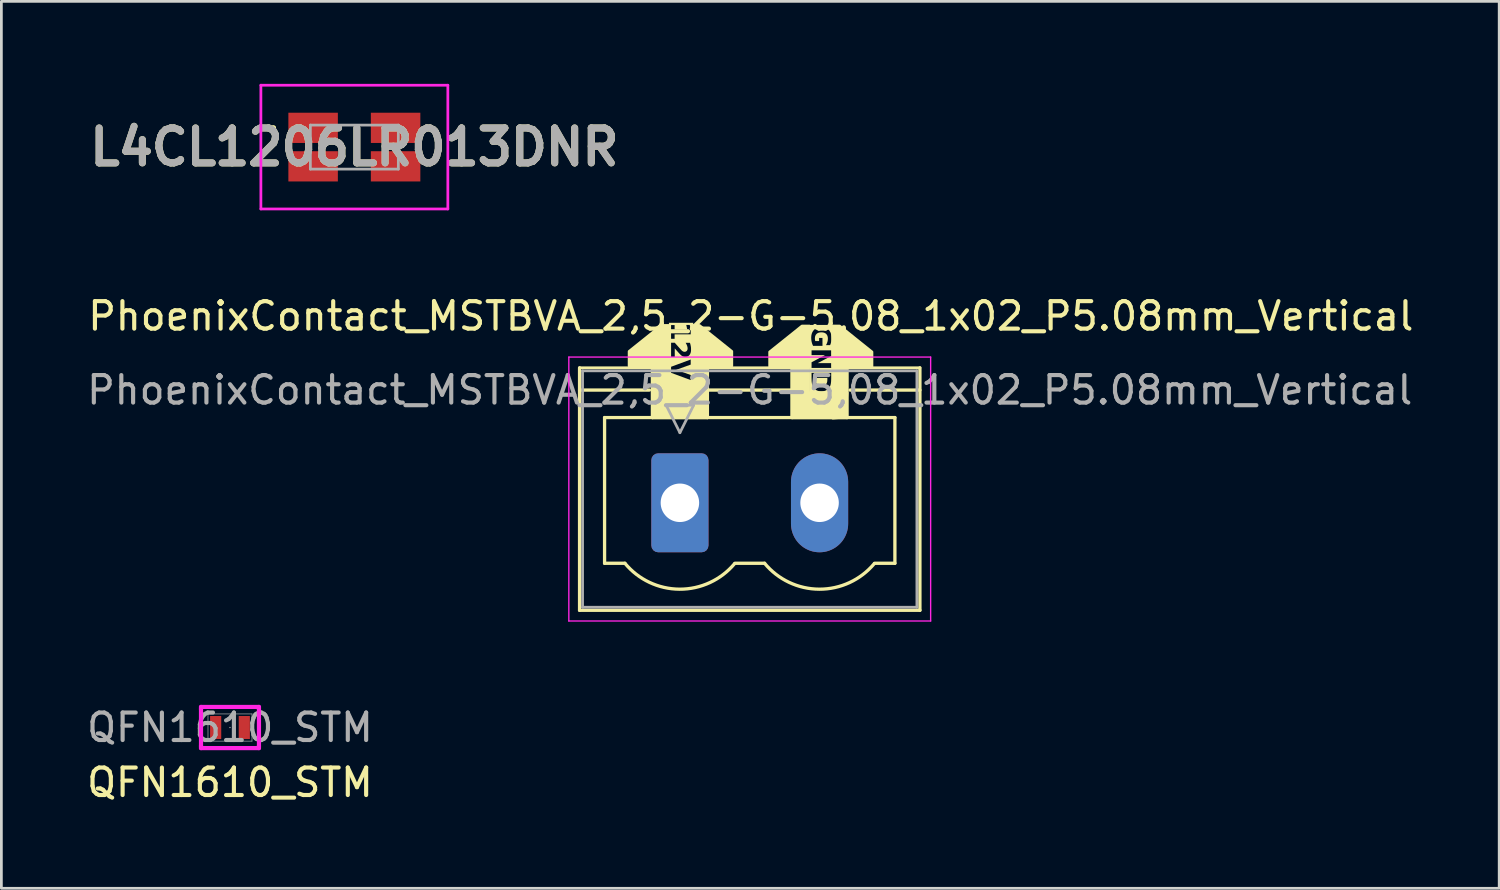
<source format=kicad_pcb>
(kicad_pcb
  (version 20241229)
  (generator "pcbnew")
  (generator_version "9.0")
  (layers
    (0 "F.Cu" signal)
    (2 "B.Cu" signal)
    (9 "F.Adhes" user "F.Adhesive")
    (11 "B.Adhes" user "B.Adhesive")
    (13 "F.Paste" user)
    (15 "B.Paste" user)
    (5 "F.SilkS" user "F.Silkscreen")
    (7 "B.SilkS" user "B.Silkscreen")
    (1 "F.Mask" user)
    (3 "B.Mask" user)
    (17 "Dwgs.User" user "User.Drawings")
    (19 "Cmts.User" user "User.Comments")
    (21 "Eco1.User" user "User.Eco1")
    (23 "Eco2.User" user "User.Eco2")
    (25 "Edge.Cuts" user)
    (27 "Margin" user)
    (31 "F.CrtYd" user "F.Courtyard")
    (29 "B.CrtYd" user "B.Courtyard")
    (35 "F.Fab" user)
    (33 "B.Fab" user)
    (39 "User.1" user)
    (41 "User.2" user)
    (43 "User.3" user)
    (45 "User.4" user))
  (footprint "L4CL1206LR013DNR"
    (layer "F.Cu")
    (at 9.839 2.3)
    (property "Reference" "L4CL1206LR013DNR" (at 0 0 0) (layer "F.SilkS") (effects (font (size 1.27 1.27) (thickness 0.254))))
    (attr smd)
    (fp_line (start -3 -0.7) (end -3 -0.7) (stroke (width 0.1) (type solid)) (layer "F.SilkS"))
    (fp_line (start -2.9 -0.7) (end -2.9 -0.7) (stroke (width 0.1) (type solid)) (layer "F.SilkS"))
    (fp_arc (start -3 -0.7) (mid -2.95 -0.75) (end -2.9 -0.7) (stroke (width 0.1) (type solid)) (layer "F.SilkS"))
    (fp_arc (start -2.9 -0.7) (mid -2.95 -0.65) (end -3 -0.7) (stroke (width 0.1) (type solid)) (layer "F.SilkS"))
    (fp_line (start -3.4 -2.25) (end -3.4 2.25) (stroke (width 0.1) (type solid)) (layer "F.CrtYd"))
    (fp_line (start -3.4 2.25) (end 3.4 2.25) (stroke (width 0.1) (type solid)) (layer "F.CrtYd"))
    (fp_line (start 3.4 -2.25) (end -3.4 -2.25) (stroke (width 0.1) (type solid)) (layer "F.CrtYd"))
    (fp_line (start 3.4 2.25) (end 3.4 -2.25) (stroke (width 0.1) (type solid)) (layer "F.CrtYd"))
    (fp_line (start -1.6 -0.8) (end -1.6 0.8) (stroke (width 0.1) (type solid)) (layer "F.Fab"))
    (fp_line (start -1.6 0.8) (end 1.6 0.8) (stroke (width 0.1) (type solid)) (layer "F.Fab"))
    (fp_line (start 1.6 -0.8) (end -1.6 -0.8) (stroke (width 0.1) (type solid)) (layer "F.Fab"))
    (fp_line (start 1.6 0.8) (end 1.6 -0.8) (stroke (width 0.1) (type solid)) (layer "F.Fab"))
    (fp_text user "${REFERENCE}" (at 0 0 0) (layer "F.Fab") (effects (font (size 1.27 1.27) (thickness 0.254))))
    (pad "1" smd rect (at -1.5 -0.7 90) (size 1.1 1.8) (layers "F.Cu" "F.Mask" "F.Paste"))
    (pad "2" smd rect (at -1.5 0.7 90) (size 1.1 1.8) (layers "F.Cu" "F.Mask" "F.Paste"))
    (pad "3" smd rect (at 1.5 0.7 90) (size 1.1 1.8) (layers "F.Cu" "F.Mask" "F.Paste"))
    (pad "4" smd rect (at 1.5 -0.7 90) (size 1.1 1.8) (layers "F.Cu" "F.Mask" "F.Paste")))
  (footprint "PhoenixContact_MSTBVA_2,5_2-G-5,08_1x02_P5.08mm_Vertical"
    (layer "F.Cu")
    (at 21.68 15.238)
    (property "Reference" "PhoenixContact_MSTBVA_2,5_2-G-5,08_1x02_P5.08mm_Vertical" (at 2.58 -6.79 0) (layer "F.SilkS") (effects (font (size 1 1) (thickness 0.15))))
    (attr through_hole)
    (fp_line (start -3.65 -4.91) (end -3.65 3.91) (stroke (width 0.12) (type solid)) (layer "F.SilkS"))
    (fp_line (start -3.65 -4.91) (end -1 -4.91) (stroke (width 0.1) (type default)) (layer "F.SilkS"))
    (fp_line (start -3.65 -4.1) (end -1.11 -4.1) (stroke (width 0.12) (type solid)) (layer "F.SilkS"))
    (fp_line (start -3.65 3.91) (end 8.73 3.91) (stroke (width 0.12) (type solid)) (layer "F.SilkS"))
    (fp_line (start -2.74 -3.1) (end 7.82 -3.1) (stroke (width 0.12) (type solid)) (layer "F.SilkS"))
    (fp_line (start -2.74 2.2) (end -2.74 -3.1) (stroke (width 0.12) (type solid)) (layer "F.SilkS"))
    (fp_line (start -2 2.2) (end -2.74 2.2) (stroke (width 0.12) (type solid)) (layer "F.SilkS"))
    (fp_line (start -1 -3.1) (end -1 -4.91) (stroke (width 0.12) (type solid)) (layer "F.SilkS"))
    (fp_line (start 1 -4.91) (end 1 -3.1) (stroke (width 0.12) (type solid)) (layer "F.SilkS"))
    (fp_line (start 1 -4.91) (end 4.08 -4.91) (stroke (width 0.1) (type default)) (layer "F.SilkS"))
    (fp_line (start 1 -4.1) (end 4.08 -4.1) (stroke (width 0.12) (type solid)) (layer "F.SilkS"))
    (fp_line (start 1 -3.1) (end -1 -3.1) (stroke (width 0.12) (type solid)) (layer "F.SilkS"))
    (fp_line (start 2 2.2) (end 3.08 2.2) (stroke (width 0.12) (type solid)) (layer "F.SilkS"))
    (fp_line (start 4.08 -3.1) (end 4.08 -4.91) (stroke (width 0.12) (type solid)) (layer "F.SilkS"))
    (fp_line (start 6.08 -4.91) (end 6.08 -3.1) (stroke (width 0.12) (type solid)) (layer "F.SilkS"))
    (fp_line (start 6.08 -3.1) (end 4.08 -3.1) (stroke (width 0.12) (type solid)) (layer "F.SilkS"))
    (fp_line (start 7.82 -3.1) (end 7.82 2.2) (stroke (width 0.12) (type solid)) (layer "F.SilkS"))
    (fp_line (start 7.82 2.2) (end 7.08 2.2) (stroke (width 0.12) (type solid)) (layer "F.SilkS"))
    (fp_line (start 8.73 -4.91) (end 6.08 -4.91) (stroke (width 0.1) (type default)) (layer "F.SilkS"))
    (fp_line (start 8.73 -4.1) (end 6.19 -4.1) (stroke (width 0.12) (type solid)) (layer "F.SilkS"))
    (fp_line (start 8.73 3.91) (end 8.73 -4.91) (stroke (width 0.12) (type solid)) (layer "F.SilkS"))
    (fp_arc (start 1.986842 2.215821) (mid -0.010289 3.142758) (end -2 2.2) (stroke (width 0.12) (type solid)) (layer "F.SilkS"))
    (fp_arc (start 7.066842 2.215821) (mid 5.069711 3.142758) (end 3.08 2.2) (stroke (width 0.12) (type solid)) (layer "F.SilkS"))
    (fp_poly (pts (xy -1.003 -4.389) (xy 0.997 -4.389) (xy 1 -3.15) (xy -0.99 -3.11)) (stroke (width 0.1) (type solid)) (fill yes) (layer "F.SilkS"))
    (fp_poly (pts (xy -0.42 -4.9) (xy -0.4 -3.12) (xy -0.99 -3.11) (xy -0.99 -4.92)) (stroke (width 0.1) (type solid)) (fill yes) (layer "F.SilkS"))
    (fp_poly (pts (xy 0.97 -4.97) (xy 1 -3.15) (xy 0.48 -3.15) (xy 0.48 -4.97)) (stroke (width 0.1) (type solid)) (fill yes) (layer "F.SilkS"))
    (fp_poly (pts (xy 4.08 -4.005) (xy 6.08 -4.005) (xy 6.003 -3.168) (xy 4.123 -3.198)) (stroke (width 0.1) (type solid)) (fill yes) (layer "F.SilkS"))
    (fp_poly (pts (xy 4.67 -5) (xy 4.67 -3.11) (xy 4.08 -3.1) (xy 4.08 -4.91)) (stroke (width 0.1) (type solid)) (fill yes) (layer "F.SilkS"))
    (fp_poly (pts (xy 6 -4.94) (xy 6.03 -3.12) (xy 5.56 -3.08) (xy 5.59 -4.96)) (stroke (width 0.1) (type solid)) (fill yes) (layer "F.SilkS"))
    (fp_poly (pts (xy -0.43 -4.97) (xy -0.43 -5.51) (xy -0.41 -6.45) (xy -0.67 -6.45) (xy -1.847 -5.507) (xy -1.847 -4.977)) (stroke (width 0.1) (type solid)) (fill yes) (layer "F.SilkS"))
    (fp_poly (pts (xy 0.47 -4.97) (xy 0.47 -5.51) (xy 0.45 -6.45) (xy 0.71 -6.45) (xy 1.887 -5.507) (xy 1.887 -4.977)) (stroke (width 0.1) (type solid)) (fill yes) (layer "F.SilkS"))
    (fp_poly (pts (xy 4.682 -4.95) (xy 4.682 -5.49) (xy 4.702 -6.43) (xy 4.442 -6.43) (xy 3.265 -5.487) (xy 3.265 -4.957)) (stroke (width 0.1) (type solid)) (fill yes) (layer "F.SilkS"))
    (fp_poly (pts (xy 5.568 -4.95) (xy 5.568 -5.49) (xy 5.548 -6.43) (xy 5.808 -6.43) (xy 6.985 -5.487) (xy 6.985 -4.957)) (stroke (width 0.1) (type solid)) (fill yes) (layer "F.SilkS"))
    (fp_line (start -4.04 -5.3) (end -4.04 4.3) (stroke (width 0.05) (type solid)) (layer "F.CrtYd"))
    (fp_line (start -4.04 4.3) (end 9.12 4.3) (stroke (width 0.05) (type solid)) (layer "F.CrtYd"))
    (fp_line (start 9.12 -5.3) (end -4.04 -5.3) (stroke (width 0.05) (type solid)) (layer "F.CrtYd"))
    (fp_line (start 9.12 4.3) (end 9.12 -5.3) (stroke (width 0.05) (type solid)) (layer "F.CrtYd"))
    (fp_line (start -3.54 -4.8) (end -3.54 3.8) (stroke (width 0.1) (type solid)) (layer "F.Fab"))
    (fp_line (start -3.54 3.8) (end 8.62 3.8) (stroke (width 0.1) (type solid)) (layer "F.Fab"))
    (fp_line (start -0.5 -3.55) (end 0.5 -3.55) (stroke (width 0.1) (type solid)) (layer "F.Fab"))
    (fp_line (start 0 -2.55) (end -0.5 -3.55) (stroke (width 0.1) (type solid)) (layer "F.Fab"))
    (fp_line (start 0.5 -3.55) (end 0 -2.55) (stroke (width 0.1) (type solid)) (layer "F.Fab"))
    (fp_line (start 8.62 -4.8) (end -3.54 -4.8) (stroke (width 0.1) (type solid)) (layer "F.Fab"))
    (fp_line (start 8.62 3.8) (end 8.62 -4.8) (stroke (width 0.1) (type solid)) (layer "F.Fab"))
    (fp_text user "12V" (at -0.44 -6.58 270) (unlocked yes) (layer "F.SilkS" knockout) (effects (font (face "Eras Bold ITC") (size 0.7 0.7) (thickness 0.1)) (justify left bottom)))
    (fp_text user "GND" (at 4.67 -6.44 270) (unlocked yes) (layer "F.SilkS" knockout) (effects (font (face "Eras Bold ITC") (size 0.7 0.7) (thickness 0.1)) (justify left bottom)))
    (fp_text user "${REFERENCE}" (at 2.54 -4.1 0) (layer "F.Fab") (effects (font (size 1 1) (thickness 0.15))))
    (pad "1" thru_hole roundrect (at 0 0) (size 2.08 3.6) (drill 1.4) (layers "*.Cu" "*.Mask") (roundrect_rratio 0.12))
    (pad "2" thru_hole oval (at 5.08 0) (size 2.08 3.6) (drill 1.4) (layers "*.Cu" "*.Mask")))
  (footprint "QFN1610_STM"
    (layer "F.Cu")
    (at 5.315 23.412)
    (property "Reference" "QFN1610_STM" (at 0 2 0) (unlocked yes) (layer "F.SilkS") (effects (font (size 1 1) (thickness 0.15))))
    (attr smd)
    (fp_line (start -1.054 -0.749) (end 1.054 -0.749) (stroke (width 0.152) (type solid)) (layer "F.CrtYd"))
    (fp_line (start -1.054 -0.673) (end -1.054 -0.749) (stroke (width 0.152) (type solid)) (layer "F.CrtYd"))
    (fp_line (start -1.054 -0.673) (end -1.054 -0.673) (stroke (width 0.152) (type solid)) (layer "F.CrtYd"))
    (fp_line (start -1.054 0.673) (end -1.054 -0.673) (stroke (width 0.152) (type solid)) (layer "F.CrtYd"))
    (fp_line (start -1.054 0.673) (end -1.054 0.673) (stroke (width 0.152) (type solid)) (layer "F.CrtYd"))
    (fp_line (start -1.054 0.749) (end -1.054 0.673) (stroke (width 0.152) (type solid)) (layer "F.CrtYd"))
    (fp_line (start 1.054 -0.749) (end 1.054 -0.673) (stroke (width 0.152) (type solid)) (layer "F.CrtYd"))
    (fp_line (start 1.054 -0.673) (end 1.054 -0.673) (stroke (width 0.152) (type solid)) (layer "F.CrtYd"))
    (fp_line (start 1.054 -0.673) (end 1.054 0.673) (stroke (width 0.152) (type solid)) (layer "F.CrtYd"))
    (fp_line (start 1.054 0.673) (end 1.054 0.673) (stroke (width 0.152) (type solid)) (layer "F.CrtYd"))
    (fp_line (start 1.054 0.673) (end 1.054 0.749) (stroke (width 0.152) (type solid)) (layer "F.CrtYd"))
    (fp_line (start 1.054 0.749) (end -1.054 0.749) (stroke (width 0.152) (type solid)) (layer "F.CrtYd"))
    (fp_line (start -0.8 -0.495) (end -0.8 0.495) (stroke (width 0.025) (type solid)) (layer "F.Fab"))
    (fp_line (start -0.8 0.495) (end 0.8 0.495) (stroke (width 0.025) (type solid)) (layer "F.Fab"))
    (fp_line (start 0.8 -0.495) (end -0.8 -0.495) (stroke (width 0.025) (type solid)) (layer "F.Fab"))
    (fp_line (start 0.8 0.495) (end 0.8 -0.495) (stroke (width 0.025) (type solid)) (layer "F.Fab"))
    (fp_circle (center 0 0) (end 0 0) (stroke (width 0.025) (type solid)) (fill no) (layer "F.Fab"))
    (fp_text user "${REFERENCE}" (at 0 0 0) (unlocked yes) (layer "F.Fab") (effects (font (size 1 1) (thickness 0.15))))
    (pad "1" smd rect (at -0.521 0) (size 0.406 0.838) (layers "F.Cu" "F.Mask" "F.Paste"))
    (pad "2" smd rect (at 0.521 0) (size 0.406 0.838) (layers "F.Cu" "F.Mask" "F.Paste")))
  (gr_rect
    (start -3 -3)
    (end 51.48 29.26)
    (stroke (width 0.1) (type default))
    (fill no)
    (layer "Edge.Cuts")))
</source>
